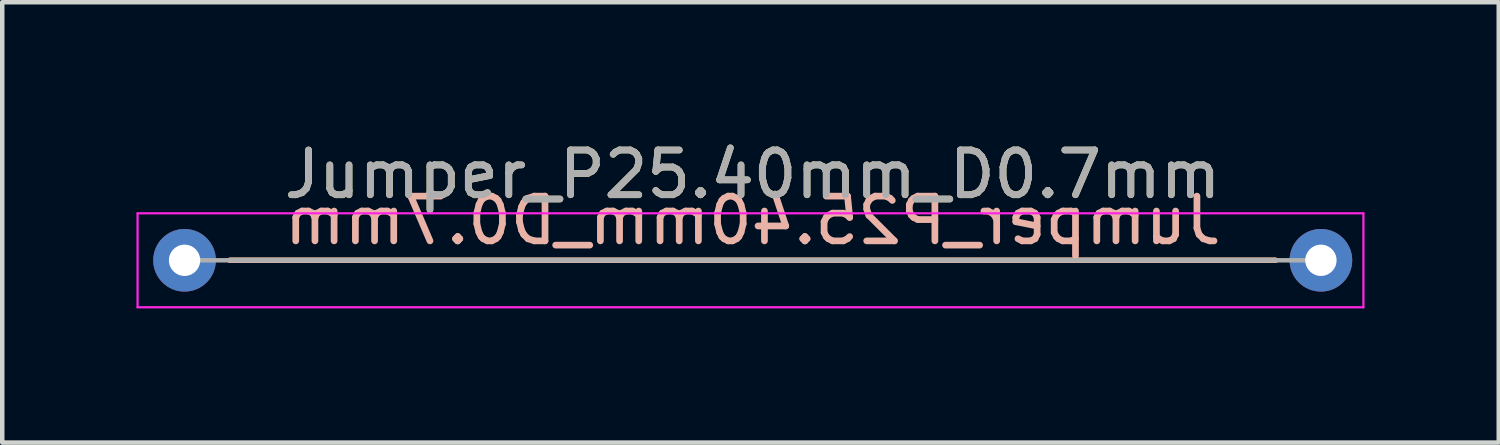
<source format=kicad_pcb>
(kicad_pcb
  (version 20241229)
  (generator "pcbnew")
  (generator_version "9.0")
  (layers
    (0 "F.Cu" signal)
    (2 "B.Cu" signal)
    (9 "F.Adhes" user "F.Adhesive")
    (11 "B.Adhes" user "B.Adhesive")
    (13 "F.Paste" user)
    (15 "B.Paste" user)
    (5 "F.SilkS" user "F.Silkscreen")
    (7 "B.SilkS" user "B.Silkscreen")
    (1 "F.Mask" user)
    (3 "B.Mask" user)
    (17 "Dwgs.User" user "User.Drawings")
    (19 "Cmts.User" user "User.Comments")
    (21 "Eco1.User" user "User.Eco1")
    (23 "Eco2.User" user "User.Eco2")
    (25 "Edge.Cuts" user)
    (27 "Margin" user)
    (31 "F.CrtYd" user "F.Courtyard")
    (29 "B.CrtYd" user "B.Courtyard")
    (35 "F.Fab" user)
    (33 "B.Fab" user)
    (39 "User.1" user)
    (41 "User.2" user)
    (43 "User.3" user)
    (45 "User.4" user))
  (footprint "Jumper_P25.40mm_D0.7mm"
    (layer "F.Cu")
    (at 1.075 2.768)
    (property "Reference" "Jumper_P25.40mm_D0.7mm" (at 12.7 -1.92 0) (layer "F.SilkS") (effects (font (size 1 1) (thickness 0.15))))
    (fp_line (start 1.016 0) (end 24.384 0) (stroke (width 0.12) (type solid)) (layer "F.SilkS"))
    (fp_line (start 24.384 0) (end 1.016 0) (stroke (width 0.12) (type solid)) (layer "B.SilkS"))
    (fp_line (start -1.05 -1.05) (end -1.05 1.05) (stroke (width 0.05) (type solid)) (layer "F.CrtYd"))
    (fp_line (start -1.05 1.05) (end 26.35 1.05) (stroke (width 0.05) (type solid)) (layer "F.CrtYd"))
    (fp_line (start 26.35 -1.05) (end -1.05 -1.05) (stroke (width 0.05) (type solid)) (layer "F.CrtYd"))
    (fp_line (start 26.35 1.05) (end 26.35 -1.05) (stroke (width 0.05) (type solid)) (layer "F.CrtYd"))
    (fp_line (start 0 0) (end 25.4 0) (stroke (width 0.1) (type solid)) (layer "F.Fab"))
    (fp_text user "${REFERENCE}" (at 12.7 -0.889 0) (layer "B.SilkS") (effects (font (size 1 1) (thickness 0.15)) (justify mirror)))
    (fp_text user "${REFERENCE}" (at 12.7 -1.92 0) (layer "F.Fab") (effects (font (size 1 1) (thickness 0.15))))
    (pad "1" thru_hole circle (at 0 0) (size 1.4 1.4) (drill 0.7) (layers "*.Cu" "*.Mask"))
    (pad "2" thru_hole oval (at 25.4 0) (size 1.4 1.4) (drill 0.7) (layers "*.Cu" "*.Mask")))
  (gr_rect
    (start -3 -3)
    (end 30.45 6.843)
    (stroke (width 0.1) (type default))
    (fill no)
    (layer "Edge.Cuts")))
</source>
